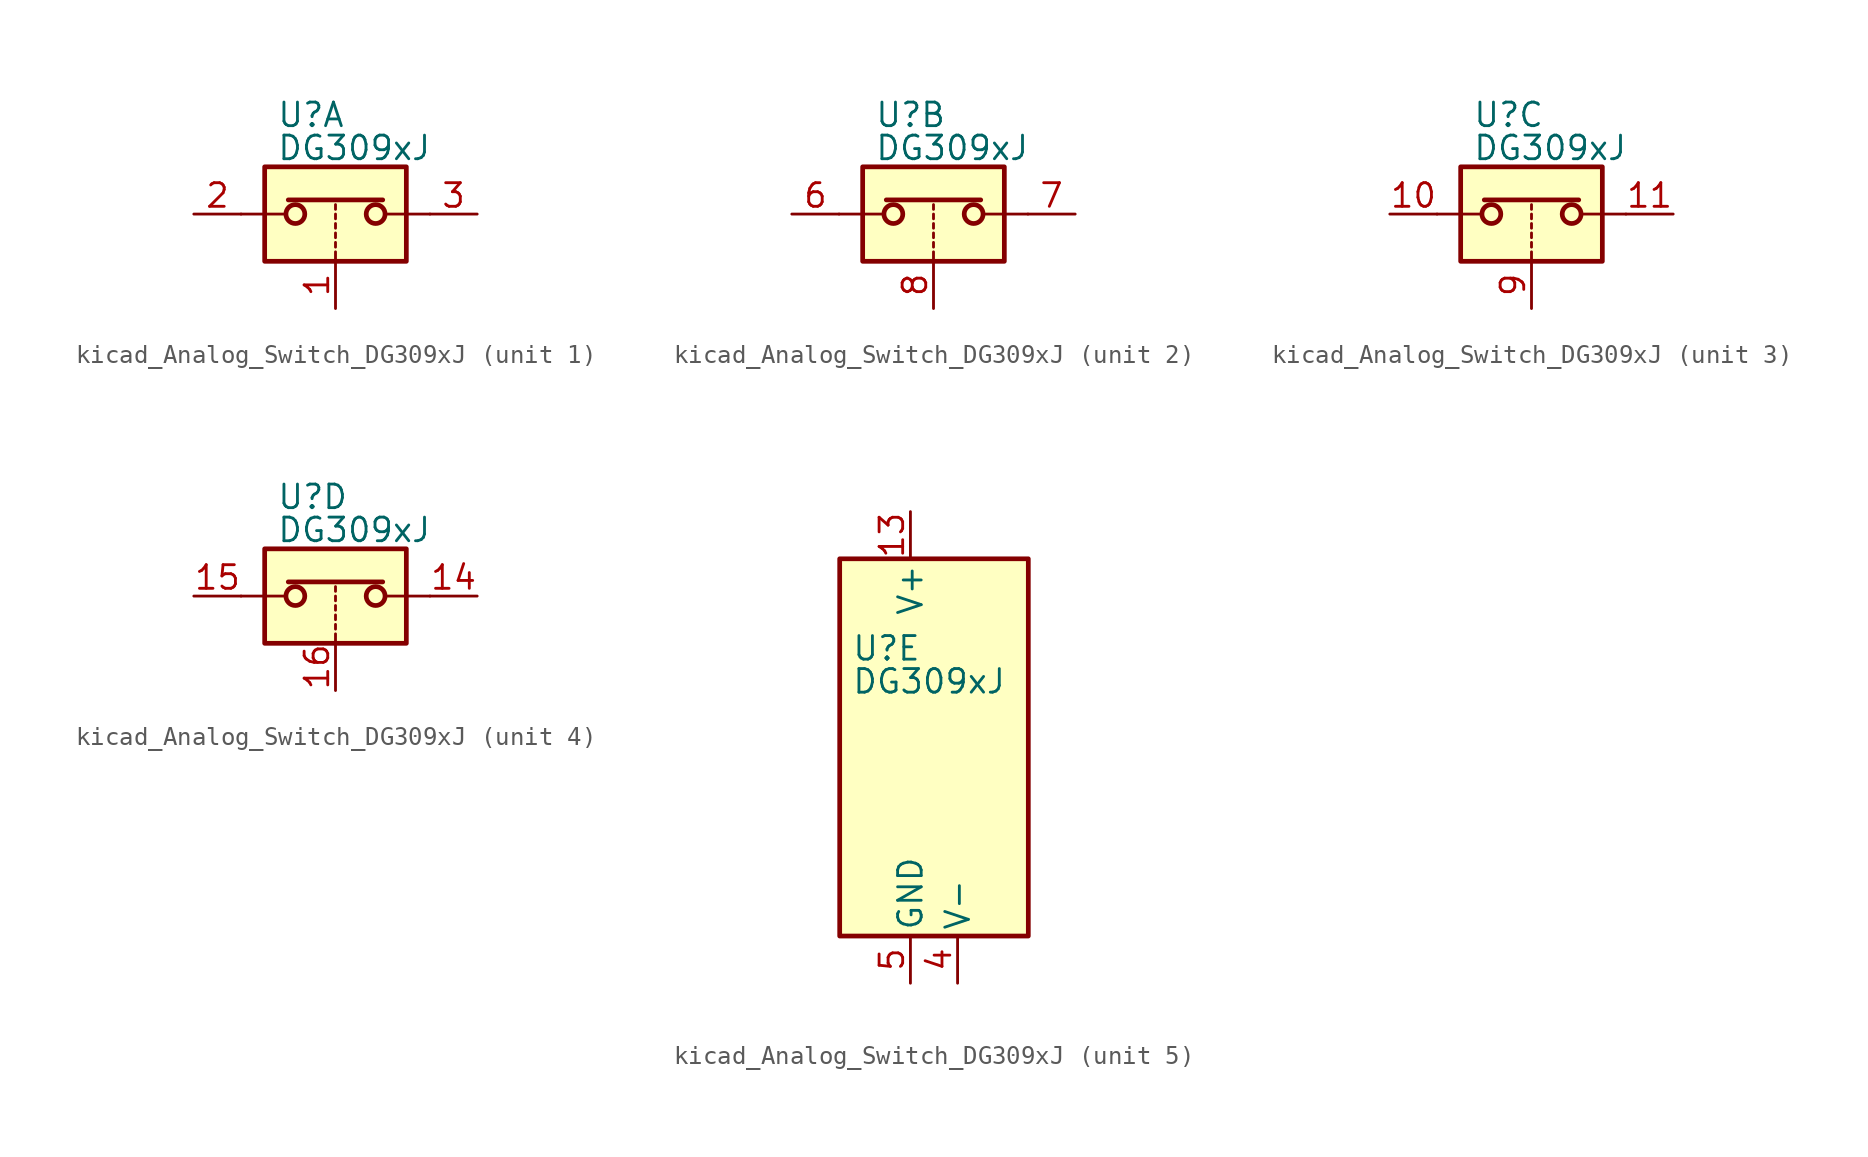
<source format=kicad_sym>
(kicad_symbol_lib
  (version 20220914)
  (generator kicad_symbol_editor)
  (symbol "kicad_Analog_Switch_DG309xJ"
    (pin_names
      (offset 0.254))
    (property "Reference" "U"
      (at -3.175 5.334 0)
      (effects (font (size 1.27 1.27)) (justify left)))
    (property "Value" "DG309xJ"
      (at -3.175 3.556 0)
      (effects (font (size 1.27 1.27)) (justify left)))
    (symbol "kicad_Analog_Switch_DG309xJ_1_1"
      (rectangle (start -3.81 2.54) (end 3.81 -2.54) (stroke (width 0.254) (type default)) (fill (type background)))
      (circle (center -2.159 0) (radius 0.508) (stroke (width 0.254) (type default)) (fill (type none)))
      (polyline (pts (xy -5.08 0) (xy -2.794 0)) (stroke (width 0) (type default)) (fill (type none)))
      (polyline (pts (xy -2.54 0.762) (xy 2.54 0.762)) (stroke (width 0.254) (type default)) (fill (type none)))
      (polyline (pts (xy 0 -2.54) (xy 0 -2.032)) (stroke (width 0) (type default)) (fill (type none)))
      (polyline (pts (xy 0 -1.778) (xy 0 -1.524)) (stroke (width 0) (type default)) (fill (type none)))
      (polyline (pts (xy 0 -1.27) (xy 0 -1.016)) (stroke (width 0) (type default)) (fill (type none)))
      (polyline (pts (xy 0 -0.762) (xy 0 -0.508)) (stroke (width 0) (type default)) (fill (type none)))
      (polyline (pts (xy 0 -0.254) (xy 0 0)) (stroke (width 0) (type default)) (fill (type none)))
      (polyline (pts (xy 0 0.254) (xy 0 0.508)) (stroke (width 0) (type default)) (fill (type none)))
      (polyline (pts (xy 5.08 0) (xy 2.794 0)) (stroke (width 0) (type default)) (fill (type none)))
      (circle (center 2.159 0) (radius 0.508) (stroke (width 0.254) (type default)) (fill (type none)))
      (pin input line (at 0 -5.08 90) (length 2.54) (name "~" (effects (font (size 1.27 1.27)))) (number "1" (effects (font (size 1.27 1.27)))))
      (pin passive line (at -7.62 0 0) (length 2.54) (name "~" (effects (font (size 1.27 1.27)))) (number "2" (effects (font (size 1.27 1.27)))))
      (pin passive line (at 7.62 0 180) (length 2.54) (name "~" (effects (font (size 1.27 1.27)))) (number "3" (effects (font (size 1.27 1.27))))))
    (symbol "kicad_Analog_Switch_DG309xJ_2_1"
      (rectangle (start -3.81 2.54) (end 3.81 -2.54) (stroke (width 0.254) (type default)) (fill (type background)))
      (circle (center -2.159 0) (radius 0.508) (stroke (width 0.254) (type default)) (fill (type none)))
      (polyline (pts (xy -5.08 0) (xy -2.794 0)) (stroke (width 0) (type default)) (fill (type none)))
      (polyline (pts (xy -2.54 0.762) (xy 2.54 0.762)) (stroke (width 0.254) (type default)) (fill (type none)))
      (polyline (pts (xy 0 -2.54) (xy 0 -2.032)) (stroke (width 0) (type default)) (fill (type none)))
      (polyline (pts (xy 0 -1.778) (xy 0 -1.524)) (stroke (width 0) (type default)) (fill (type none)))
      (polyline (pts (xy 0 -1.27) (xy 0 -1.016)) (stroke (width 0) (type default)) (fill (type none)))
      (polyline (pts (xy 0 -0.762) (xy 0 -0.508)) (stroke (width 0) (type default)) (fill (type none)))
      (polyline (pts (xy 0 -0.254) (xy 0 0)) (stroke (width 0) (type default)) (fill (type none)))
      (polyline (pts (xy 0 0.254) (xy 0 0.508)) (stroke (width 0) (type default)) (fill (type none)))
      (polyline (pts (xy 5.08 0) (xy 2.794 0)) (stroke (width 0) (type default)) (fill (type none)))
      (circle (center 2.159 0) (radius 0.508) (stroke (width 0.254) (type default)) (fill (type none)))
      (pin passive line (at -7.62 0 0) (length 2.54) (name "~" (effects (font (size 1.27 1.27)))) (number "6" (effects (font (size 1.27 1.27)))))
      (pin passive line (at 7.62 0 180) (length 2.54) (name "~" (effects (font (size 1.27 1.27)))) (number "7" (effects (font (size 1.27 1.27)))))
      (pin input line (at 0 -5.08 90) (length 2.54) (name "~" (effects (font (size 1.27 1.27)))) (number "8" (effects (font (size 1.27 1.27))))))
    (symbol "kicad_Analog_Switch_DG309xJ_3_1"
      (rectangle (start -3.81 2.54) (end 3.81 -2.54) (stroke (width 0.254) (type default)) (fill (type background)))
      (circle (center -2.159 0) (radius 0.508) (stroke (width 0.254) (type default)) (fill (type none)))
      (polyline (pts (xy -5.08 0) (xy -2.794 0)) (stroke (width 0) (type default)) (fill (type none)))
      (polyline (pts (xy -2.54 0.762) (xy 2.54 0.762)) (stroke (width 0.254) (type default)) (fill (type none)))
      (polyline (pts (xy 0 -2.54) (xy 0 -2.032)) (stroke (width 0) (type default)) (fill (type none)))
      (polyline (pts (xy 0 -1.778) (xy 0 -1.524)) (stroke (width 0) (type default)) (fill (type none)))
      (polyline (pts (xy 0 -1.27) (xy 0 -1.016)) (stroke (width 0) (type default)) (fill (type none)))
      (polyline (pts (xy 0 -0.762) (xy 0 -0.508)) (stroke (width 0) (type default)) (fill (type none)))
      (polyline (pts (xy 0 -0.254) (xy 0 0)) (stroke (width 0) (type default)) (fill (type none)))
      (polyline (pts (xy 0 0.254) (xy 0 0.508)) (stroke (width 0) (type default)) (fill (type none)))
      (polyline (pts (xy 5.08 0) (xy 2.794 0)) (stroke (width 0) (type default)) (fill (type none)))
      (circle (center 2.159 0) (radius 0.508) (stroke (width 0.254) (type default)) (fill (type none)))
      (pin passive line (at -7.62 0 0) (length 2.54) (name "~" (effects (font (size 1.27 1.27)))) (number "10" (effects (font (size 1.27 1.27)))))
      (pin passive line (at 7.62 0 180) (length 2.54) (name "~" (effects (font (size 1.27 1.27)))) (number "11" (effects (font (size 1.27 1.27)))))
      (pin input line (at 0 -5.08 90) (length 2.54) (name "~" (effects (font (size 1.27 1.27)))) (number "9" (effects (font (size 1.27 1.27))))))
    (symbol "kicad_Analog_Switch_DG309xJ_4_1"
      (rectangle (start -3.81 2.54) (end 3.81 -2.54) (stroke (width 0.254) (type default)) (fill (type background)))
      (circle (center -2.159 0) (radius 0.508) (stroke (width 0.254) (type default)) (fill (type none)))
      (polyline (pts (xy -5.08 0) (xy -2.794 0)) (stroke (width 0) (type default)) (fill (type none)))
      (polyline (pts (xy -2.54 0.762) (xy 2.54 0.762)) (stroke (width 0.254) (type default)) (fill (type none)))
      (polyline (pts (xy 0 -2.54) (xy 0 -2.032)) (stroke (width 0) (type default)) (fill (type none)))
      (polyline (pts (xy 0 -1.778) (xy 0 -1.524)) (stroke (width 0) (type default)) (fill (type none)))
      (polyline (pts (xy 0 -1.27) (xy 0 -1.016)) (stroke (width 0) (type default)) (fill (type none)))
      (polyline (pts (xy 0 -0.762) (xy 0 -0.508)) (stroke (width 0) (type default)) (fill (type none)))
      (polyline (pts (xy 0 -0.254) (xy 0 0)) (stroke (width 0) (type default)) (fill (type none)))
      (polyline (pts (xy 0 0.254) (xy 0 0.508)) (stroke (width 0) (type default)) (fill (type none)))
      (polyline (pts (xy 5.08 0) (xy 2.794 0)) (stroke (width 0) (type default)) (fill (type none)))
      (circle (center 2.159 0) (radius 0.508) (stroke (width 0.254) (type default)) (fill (type none)))
      (pin passive line (at 7.62 0 180) (length 2.54) (name "~" (effects (font (size 1.27 1.27)))) (number "14" (effects (font (size 1.27 1.27)))))
      (pin passive line (at -7.62 0 0) (length 2.54) (name "~" (effects (font (size 1.27 1.27)))) (number "15" (effects (font (size 1.27 1.27)))))
      (pin input line (at 0 -5.08 90) (length 2.54) (name "~" (effects (font (size 1.27 1.27)))) (number "16" (effects (font (size 1.27 1.27))))))
    (symbol "kicad_Analog_Switch_DG309xJ_5_0"
      (pin no_connect line (at 2.54 10.16 270) (length 2.54) hide (name "NC" (effects (font (size 1.27 1.27)))) (number "12" (effects (font (size 1.27 1.27)))))
      (pin power_in line (at 0 12.7 270) (length 2.54) (name "V+" (effects (font (size 1.27 1.27)))) (number "13" (effects (font (size 1.27 1.27)))))
      (pin power_in line (at 2.54 -12.7 90) (length 2.54) (name "V-" (effects (font (size 1.27 1.27)))) (number "4" (effects (font (size 1.27 1.27)))))
      (pin power_in line (at 0 -12.7 90) (length 2.54) (name "GND" (effects (font (size 1.27 1.27)))) (number "5" (effects (font (size 1.27 1.27))))))
    (symbol "kicad_Analog_Switch_DG309xJ_5_1"
      (rectangle (start -3.81 10.16) (end 6.35 -10.16) (stroke (width 0.254) (type default)) (fill (type background))))))
</source>
